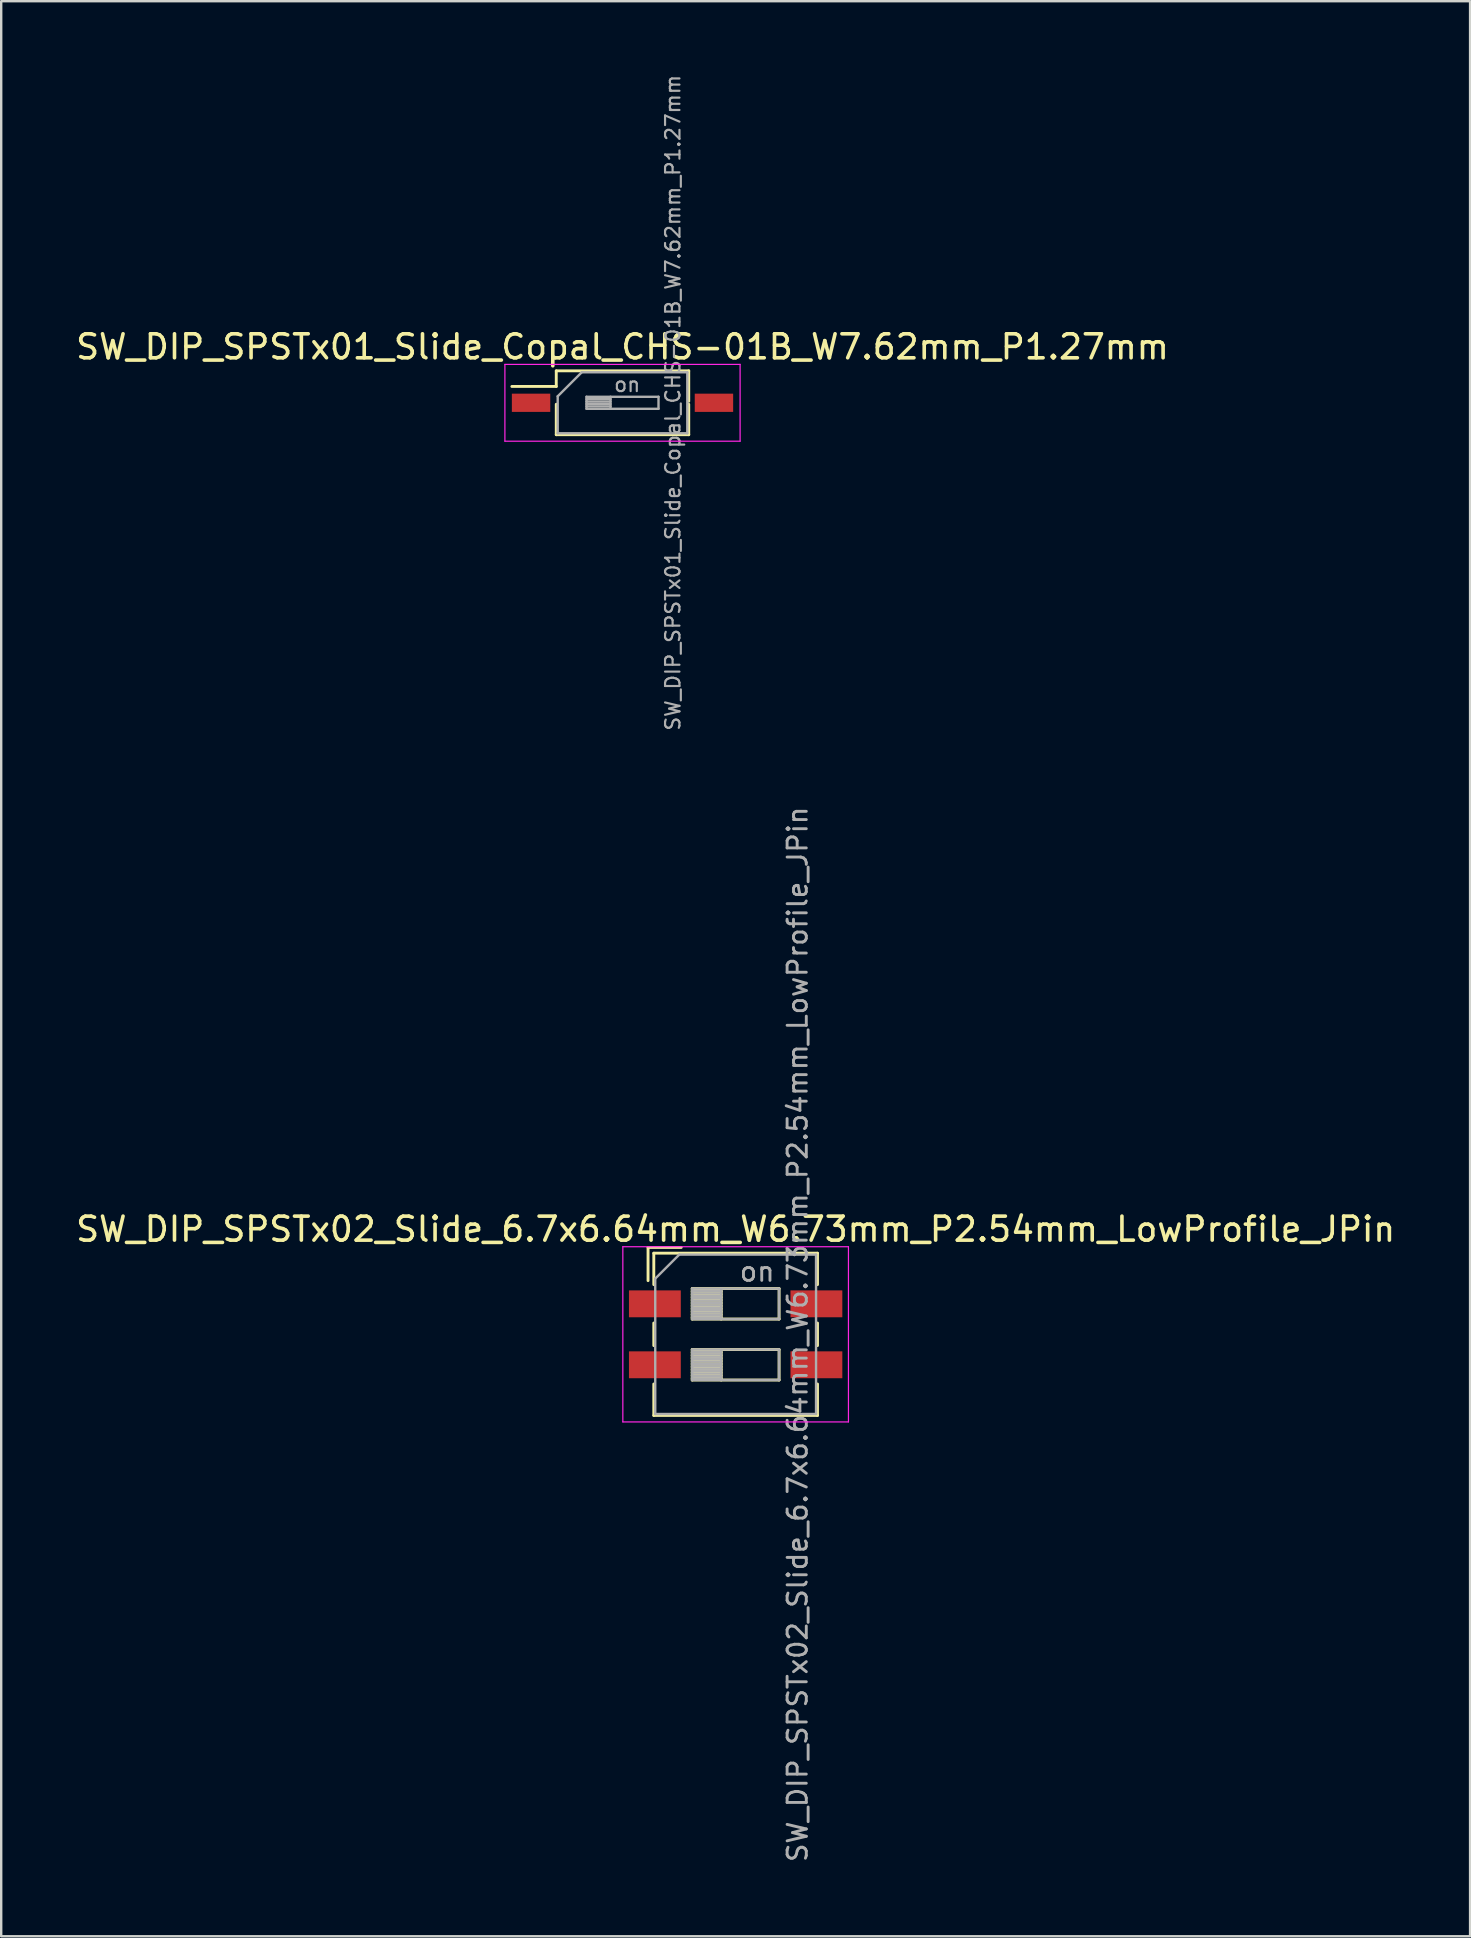
<source format=kicad_pcb>
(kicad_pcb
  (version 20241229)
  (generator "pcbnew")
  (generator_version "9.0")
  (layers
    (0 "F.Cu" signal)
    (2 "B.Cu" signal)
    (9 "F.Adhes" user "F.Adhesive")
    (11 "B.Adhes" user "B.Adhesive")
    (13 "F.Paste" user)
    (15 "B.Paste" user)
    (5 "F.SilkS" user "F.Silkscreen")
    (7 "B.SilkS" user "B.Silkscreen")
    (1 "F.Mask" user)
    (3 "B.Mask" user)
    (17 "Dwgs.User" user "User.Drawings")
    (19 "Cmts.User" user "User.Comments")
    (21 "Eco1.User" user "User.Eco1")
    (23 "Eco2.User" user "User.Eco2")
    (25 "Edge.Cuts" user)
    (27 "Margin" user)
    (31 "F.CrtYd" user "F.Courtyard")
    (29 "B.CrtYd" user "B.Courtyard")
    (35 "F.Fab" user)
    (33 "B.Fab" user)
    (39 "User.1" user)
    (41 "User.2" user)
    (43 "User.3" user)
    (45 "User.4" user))
  (footprint "SW_DIP_SPSTx02_Slide_6.7x6.64mm_W6.73mm_P2.54mm_LowProfile_JPin"
    (layer "F.Cu")
    (at 27.601 52.545)
    (property "Reference" "SW_DIP_SPSTx02_Slide_6.7x6.64mm_W6.73mm_P2.54mm_LowProfile_JPin" (at 0 -4.38 0) (layer "F.SilkS") (effects (font (size 1 1) (thickness 0.15))))
    (attr smd)
    (fp_line (start -3.65 -3.62) (end -3.65 -2.237) (stroke (width 0.12) (type solid)) (layer "F.SilkS"))
    (fp_line (start -3.65 -3.62) (end -2.267 -3.62) (stroke (width 0.12) (type solid)) (layer "F.SilkS"))
    (fp_line (start -3.41 -3.38) (end -3.41 -2.07) (stroke (width 0.12) (type solid)) (layer "F.SilkS"))
    (fp_line (start -3.41 -3.38) (end 3.41 -3.38) (stroke (width 0.12) (type solid)) (layer "F.SilkS"))
    (fp_line (start -3.41 -0.47) (end -3.41 0.47) (stroke (width 0.12) (type solid)) (layer "F.SilkS"))
    (fp_line (start -3.41 2.07) (end -3.41 3.38) (stroke (width 0.12) (type solid)) (layer "F.SilkS"))
    (fp_line (start -3.41 3.38) (end 3.41 3.38) (stroke (width 0.12) (type solid)) (layer "F.SilkS"))
    (fp_line (start -1.81 -1.905) (end -1.81 -0.635) (stroke (width 0.12) (type solid)) (layer "F.SilkS"))
    (fp_line (start -1.81 -1.785) (end -0.603 -1.785) (stroke (width 0.12) (type solid)) (layer "F.SilkS"))
    (fp_line (start -1.81 -1.665) (end -0.603 -1.665) (stroke (width 0.12) (type solid)) (layer "F.SilkS"))
    (fp_line (start -1.81 -1.545) (end -0.603 -1.545) (stroke (width 0.12) (type solid)) (layer "F.SilkS"))
    (fp_line (start -1.81 -1.425) (end -0.603 -1.425) (stroke (width 0.12) (type solid)) (layer "F.SilkS"))
    (fp_line (start -1.81 -1.305) (end -0.603 -1.305) (stroke (width 0.12) (type solid)) (layer "F.SilkS"))
    (fp_line (start -1.81 -1.185) (end -0.603 -1.185) (stroke (width 0.12) (type solid)) (layer "F.SilkS"))
    (fp_line (start -1.81 -1.065) (end -0.603 -1.065) (stroke (width 0.12) (type solid)) (layer "F.SilkS"))
    (fp_line (start -1.81 -0.945) (end -0.603 -0.945) (stroke (width 0.12) (type solid)) (layer "F.SilkS"))
    (fp_line (start -1.81 -0.825) (end -0.603 -0.825) (stroke (width 0.12) (type solid)) (layer "F.SilkS"))
    (fp_line (start -1.81 -0.705) (end -0.603 -0.705) (stroke (width 0.12) (type solid)) (layer "F.SilkS"))
    (fp_line (start -1.81 -0.635) (end 1.81 -0.635) (stroke (width 0.12) (type solid)) (layer "F.SilkS"))
    (fp_line (start -1.81 0.635) (end -1.81 1.905) (stroke (width 0.12) (type solid)) (layer "F.SilkS"))
    (fp_line (start -1.81 0.755) (end -0.603 0.755) (stroke (width 0.12) (type solid)) (layer "F.SilkS"))
    (fp_line (start -1.81 0.875) (end -0.603 0.875) (stroke (width 0.12) (type solid)) (layer "F.SilkS"))
    (fp_line (start -1.81 0.995) (end -0.603 0.995) (stroke (width 0.12) (type solid)) (layer "F.SilkS"))
    (fp_line (start -1.81 1.115) (end -0.603 1.115) (stroke (width 0.12) (type solid)) (layer "F.SilkS"))
    (fp_line (start -1.81 1.235) (end -0.603 1.235) (stroke (width 0.12) (type solid)) (layer "F.SilkS"))
    (fp_line (start -1.81 1.355) (end -0.603 1.355) (stroke (width 0.12) (type solid)) (layer "F.SilkS"))
    (fp_line (start -1.81 1.475) (end -0.603 1.475) (stroke (width 0.12) (type solid)) (layer "F.SilkS"))
    (fp_line (start -1.81 1.595) (end -0.603 1.595) (stroke (width 0.12) (type solid)) (layer "F.SilkS"))
    (fp_line (start -1.81 1.715) (end -0.603 1.715) (stroke (width 0.12) (type solid)) (layer "F.SilkS"))
    (fp_line (start -1.81 1.835) (end -0.603 1.835) (stroke (width 0.12) (type solid)) (layer "F.SilkS"))
    (fp_line (start -1.81 1.905) (end 1.81 1.905) (stroke (width 0.12) (type solid)) (layer "F.SilkS"))
    (fp_line (start -0.603 -1.905) (end -0.603 -0.635) (stroke (width 0.12) (type solid)) (layer "F.SilkS"))
    (fp_line (start -0.603 0.635) (end -0.603 1.905) (stroke (width 0.12) (type solid)) (layer "F.SilkS"))
    (fp_line (start 1.81 -1.905) (end -1.81 -1.905) (stroke (width 0.12) (type solid)) (layer "F.SilkS"))
    (fp_line (start 1.81 -0.635) (end 1.81 -1.905) (stroke (width 0.12) (type solid)) (layer "F.SilkS"))
    (fp_line (start 1.81 0.635) (end -1.81 0.635) (stroke (width 0.12) (type solid)) (layer "F.SilkS"))
    (fp_line (start 1.81 1.905) (end 1.81 0.635) (stroke (width 0.12) (type solid)) (layer "F.SilkS"))
    (fp_line (start 3.41 -3.38) (end 3.41 -2.07) (stroke (width 0.12) (type solid)) (layer "F.SilkS"))
    (fp_line (start 3.41 -0.47) (end 3.41 0.47) (stroke (width 0.12) (type solid)) (layer "F.SilkS"))
    (fp_line (start 3.41 2.07) (end 3.41 3.38) (stroke (width 0.12) (type solid)) (layer "F.SilkS"))
    (fp_line (start -4.7 -3.65) (end -4.7 3.65) (stroke (width 0.05) (type solid)) (layer "F.CrtYd"))
    (fp_line (start -4.7 3.65) (end 4.7 3.65) (stroke (width 0.05) (type solid)) (layer "F.CrtYd"))
    (fp_line (start 4.7 -3.65) (end -4.7 -3.65) (stroke (width 0.05) (type solid)) (layer "F.CrtYd"))
    (fp_line (start 4.7 3.65) (end 4.7 -3.65) (stroke (width 0.05) (type solid)) (layer "F.CrtYd"))
    (fp_line (start -3.35 -2.32) (end -2.35 -3.32) (stroke (width 0.1) (type solid)) (layer "F.Fab"))
    (fp_line (start -3.35 3.32) (end -3.35 -2.32) (stroke (width 0.1) (type solid)) (layer "F.Fab"))
    (fp_line (start -2.35 -3.32) (end 3.35 -3.32) (stroke (width 0.1) (type solid)) (layer "F.Fab"))
    (fp_line (start -1.81 -1.905) (end -1.81 -0.635) (stroke (width 0.1) (type solid)) (layer "F.Fab"))
    (fp_line (start -1.81 -1.805) (end -0.603 -1.805) (stroke (width 0.1) (type solid)) (layer "F.Fab"))
    (fp_line (start -1.81 -1.705) (end -0.603 -1.705) (stroke (width 0.1) (type solid)) (layer "F.Fab"))
    (fp_line (start -1.81 -1.605) (end -0.603 -1.605) (stroke (width 0.1) (type solid)) (layer "F.Fab"))
    (fp_line (start -1.81 -1.505) (end -0.603 -1.505) (stroke (width 0.1) (type solid)) (layer "F.Fab"))
    (fp_line (start -1.81 -1.405) (end -0.603 -1.405) (stroke (width 0.1) (type solid)) (layer "F.Fab"))
    (fp_line (start -1.81 -1.305) (end -0.603 -1.305) (stroke (width 0.1) (type solid)) (layer "F.Fab"))
    (fp_line (start -1.81 -1.205) (end -0.603 -1.205) (stroke (width 0.1) (type solid)) (layer "F.Fab"))
    (fp_line (start -1.81 -1.105) (end -0.603 -1.105) (stroke (width 0.1) (type solid)) (layer "F.Fab"))
    (fp_line (start -1.81 -1.005) (end -0.603 -1.005) (stroke (width 0.1) (type solid)) (layer "F.Fab"))
    (fp_line (start -1.81 -0.905) (end -0.603 -0.905) (stroke (width 0.1) (type solid)) (layer "F.Fab"))
    (fp_line (start -1.81 -0.805) (end -0.603 -0.805) (stroke (width 0.1) (type solid)) (layer "F.Fab"))
    (fp_line (start -1.81 -0.705) (end -0.603 -0.705) (stroke (width 0.1) (type solid)) (layer "F.Fab"))
    (fp_line (start -1.81 -0.635) (end 1.81 -0.635) (stroke (width 0.1) (type solid)) (layer "F.Fab"))
    (fp_line (start -1.81 0.635) (end -1.81 1.905) (stroke (width 0.1) (type solid)) (layer "F.Fab"))
    (fp_line (start -1.81 0.735) (end -0.603 0.735) (stroke (width 0.1) (type solid)) (layer "F.Fab"))
    (fp_line (start -1.81 0.835) (end -0.603 0.835) (stroke (width 0.1) (type solid)) (layer "F.Fab"))
    (fp_line (start -1.81 0.935) (end -0.603 0.935) (stroke (width 0.1) (type solid)) (layer "F.Fab"))
    (fp_line (start -1.81 1.035) (end -0.603 1.035) (stroke (width 0.1) (type solid)) (layer "F.Fab"))
    (fp_line (start -1.81 1.135) (end -0.603 1.135) (stroke (width 0.1) (type solid)) (layer "F.Fab"))
    (fp_line (start -1.81 1.235) (end -0.603 1.235) (stroke (width 0.1) (type solid)) (layer "F.Fab"))
    (fp_line (start -1.81 1.335) (end -0.603 1.335) (stroke (width 0.1) (type solid)) (layer "F.Fab"))
    (fp_line (start -1.81 1.435) (end -0.603 1.435) (stroke (width 0.1) (type solid)) (layer "F.Fab"))
    (fp_line (start -1.81 1.535) (end -0.603 1.535) (stroke (width 0.1) (type solid)) (layer "F.Fab"))
    (fp_line (start -1.81 1.635) (end -0.603 1.635) (stroke (width 0.1) (type solid)) (layer "F.Fab"))
    (fp_line (start -1.81 1.735) (end -0.603 1.735) (stroke (width 0.1) (type solid)) (layer "F.Fab"))
    (fp_line (start -1.81 1.835) (end -0.603 1.835) (stroke (width 0.1) (type solid)) (layer "F.Fab"))
    (fp_line (start -1.81 1.905) (end 1.81 1.905) (stroke (width 0.1) (type solid)) (layer "F.Fab"))
    (fp_line (start -0.603 -1.905) (end -0.603 -0.635) (stroke (width 0.1) (type solid)) (layer "F.Fab"))
    (fp_line (start -0.603 0.635) (end -0.603 1.905) (stroke (width 0.1) (type solid)) (layer "F.Fab"))
    (fp_line (start 1.81 -1.905) (end -1.81 -1.905) (stroke (width 0.1) (type solid)) (layer "F.Fab"))
    (fp_line (start 1.81 -0.635) (end 1.81 -1.905) (stroke (width 0.1) (type solid)) (layer "F.Fab"))
    (fp_line (start 1.81 0.635) (end -1.81 0.635) (stroke (width 0.1) (type solid)) (layer "F.Fab"))
    (fp_line (start 1.81 1.905) (end 1.81 0.635) (stroke (width 0.1) (type solid)) (layer "F.Fab"))
    (fp_line (start 3.35 -3.32) (end 3.35 3.32) (stroke (width 0.1) (type solid)) (layer "F.Fab"))
    (fp_line (start 3.35 3.32) (end -3.35 3.32) (stroke (width 0.1) (type solid)) (layer "F.Fab"))
    (fp_text user "${REFERENCE}" (at 2.58 0 90) (layer "F.Fab") (effects (font (size 0.8 0.8) (thickness 0.12))))
    (fp_text user "on" (at 0.897 -2.612 0) (layer "F.Fab") (effects (font (size 0.8 0.8) (thickness 0.12))))
    (pad "1" smd rect (at -3.365 -1.27) (size 2.16 1.12) (layers "F.Cu" "F.Mask" "F.Paste"))
    (pad "2" smd rect (at -3.365 1.27) (size 2.16 1.12) (layers "F.Cu" "F.Mask" "F.Paste"))
    (pad "3" smd rect (at 3.365 1.27) (size 2.16 1.12) (layers "F.Cu" "F.Mask" "F.Paste"))
    (pad "4" smd rect (at 3.365 -1.27) (size 2.16 1.12) (layers "F.Cu" "F.Mask" "F.Paste")))
  (footprint "SW_DIP_SPSTx01_Slide_Copal_CHS-01B_W7.62mm_P1.27mm"
    (layer "F.Cu")
    (at 22.887 13.732)
    (property "Reference" "SW_DIP_SPSTx01_Slide_Copal_CHS-01B_W7.62mm_P1.27mm" (at 0 -2.33 0) (layer "F.SilkS") (effects (font (size 1 1) (thickness 0.15))))
    (attr smd)
    (fp_line (start -4.61 -0.68) (end -2.76 -0.68) (stroke (width 0.12) (type solid)) (layer "F.SilkS"))
    (fp_line (start -2.76 -1.33) (end -2.76 -0.68) (stroke (width 0.12) (type solid)) (layer "F.SilkS"))
    (fp_line (start -2.76 -1.33) (end 2.76 -1.33) (stroke (width 0.12) (type solid)) (layer "F.SilkS"))
    (fp_line (start -2.76 0.061) (end -2.76 1.33) (stroke (width 0.12) (type solid)) (layer "F.SilkS"))
    (fp_line (start -2.76 1.33) (end 2.76 1.33) (stroke (width 0.12) (type solid)) (layer "F.SilkS"))
    (fp_line (start 2.76 -1.33) (end 2.76 -0.061) (stroke (width 0.12) (type solid)) (layer "F.SilkS"))
    (fp_line (start 2.76 0.061) (end 2.76 1.33) (stroke (width 0.12) (type solid)) (layer "F.SilkS"))
    (fp_line (start -4.9 -1.6) (end -4.9 1.6) (stroke (width 0.05) (type solid)) (layer "F.CrtYd"))
    (fp_line (start -4.9 1.6) (end 4.9 1.6) (stroke (width 0.05) (type solid)) (layer "F.CrtYd"))
    (fp_line (start 4.9 -1.6) (end -4.9 -1.6) (stroke (width 0.05) (type solid)) (layer "F.CrtYd"))
    (fp_line (start 4.9 1.6) (end 4.9 -1.6) (stroke (width 0.05) (type solid)) (layer "F.CrtYd"))
    (fp_line (start -2.7 -0.27) (end -1.7 -1.27) (stroke (width 0.1) (type solid)) (layer "F.Fab"))
    (fp_line (start -2.7 1.27) (end -2.7 -0.27) (stroke (width 0.1) (type solid)) (layer "F.Fab"))
    (fp_line (start -1.7 -1.27) (end 2.7 -1.27) (stroke (width 0.1) (type solid)) (layer "F.Fab"))
    (fp_line (start -1.5 -0.25) (end -1.5 0.25) (stroke (width 0.1) (type solid)) (layer "F.Fab"))
    (fp_line (start -1.5 -0.15) (end -0.5 -0.15) (stroke (width 0.1) (type solid)) (layer "F.Fab"))
    (fp_line (start -1.5 -0.05) (end -0.5 -0.05) (stroke (width 0.1) (type solid)) (layer "F.Fab"))
    (fp_line (start -1.5 0.05) (end -0.5 0.05) (stroke (width 0.1) (type solid)) (layer "F.Fab"))
    (fp_line (start -1.5 0.15) (end -0.5 0.15) (stroke (width 0.1) (type solid)) (layer "F.Fab"))
    (fp_line (start -1.5 0.25) (end 1.5 0.25) (stroke (width 0.1) (type solid)) (layer "F.Fab"))
    (fp_line (start -0.5 -0.25) (end -0.5 0.25) (stroke (width 0.1) (type solid)) (layer "F.Fab"))
    (fp_line (start 1.5 -0.25) (end -1.5 -0.25) (stroke (width 0.1) (type solid)) (layer "F.Fab"))
    (fp_line (start 1.5 0.25) (end 1.5 -0.25) (stroke (width 0.1) (type solid)) (layer "F.Fab"))
    (fp_line (start 2.7 -1.27) (end 2.7 1.27) (stroke (width 0.1) (type solid)) (layer "F.Fab"))
    (fp_line (start 2.7 1.27) (end -2.7 1.27) (stroke (width 0.1) (type solid)) (layer "F.Fab"))
    (fp_text user "on" (at 0.195 -0.76 0) (layer "F.Fab") (effects (font (size 0.6 0.6) (thickness 0.09))))
    (fp_text user "${REFERENCE}" (at 2.1 0 90) (layer "F.Fab") (effects (font (size 0.6 0.6) (thickness 0.09))))
    (pad "1" smd rect (at -3.81 0) (size 1.6 0.76) (layers "F.Cu" "F.Mask" "F.Paste"))
    (pad "2" smd rect (at 3.81 0) (size 1.6 0.76) (layers "F.Cu" "F.Mask" "F.Paste")))
  (gr_rect
    (start -3 -3)
    (end 58.202 77.626)
    (stroke (width 0.1) (type default))
    (fill no)
    (layer "Edge.Cuts")))
</source>
